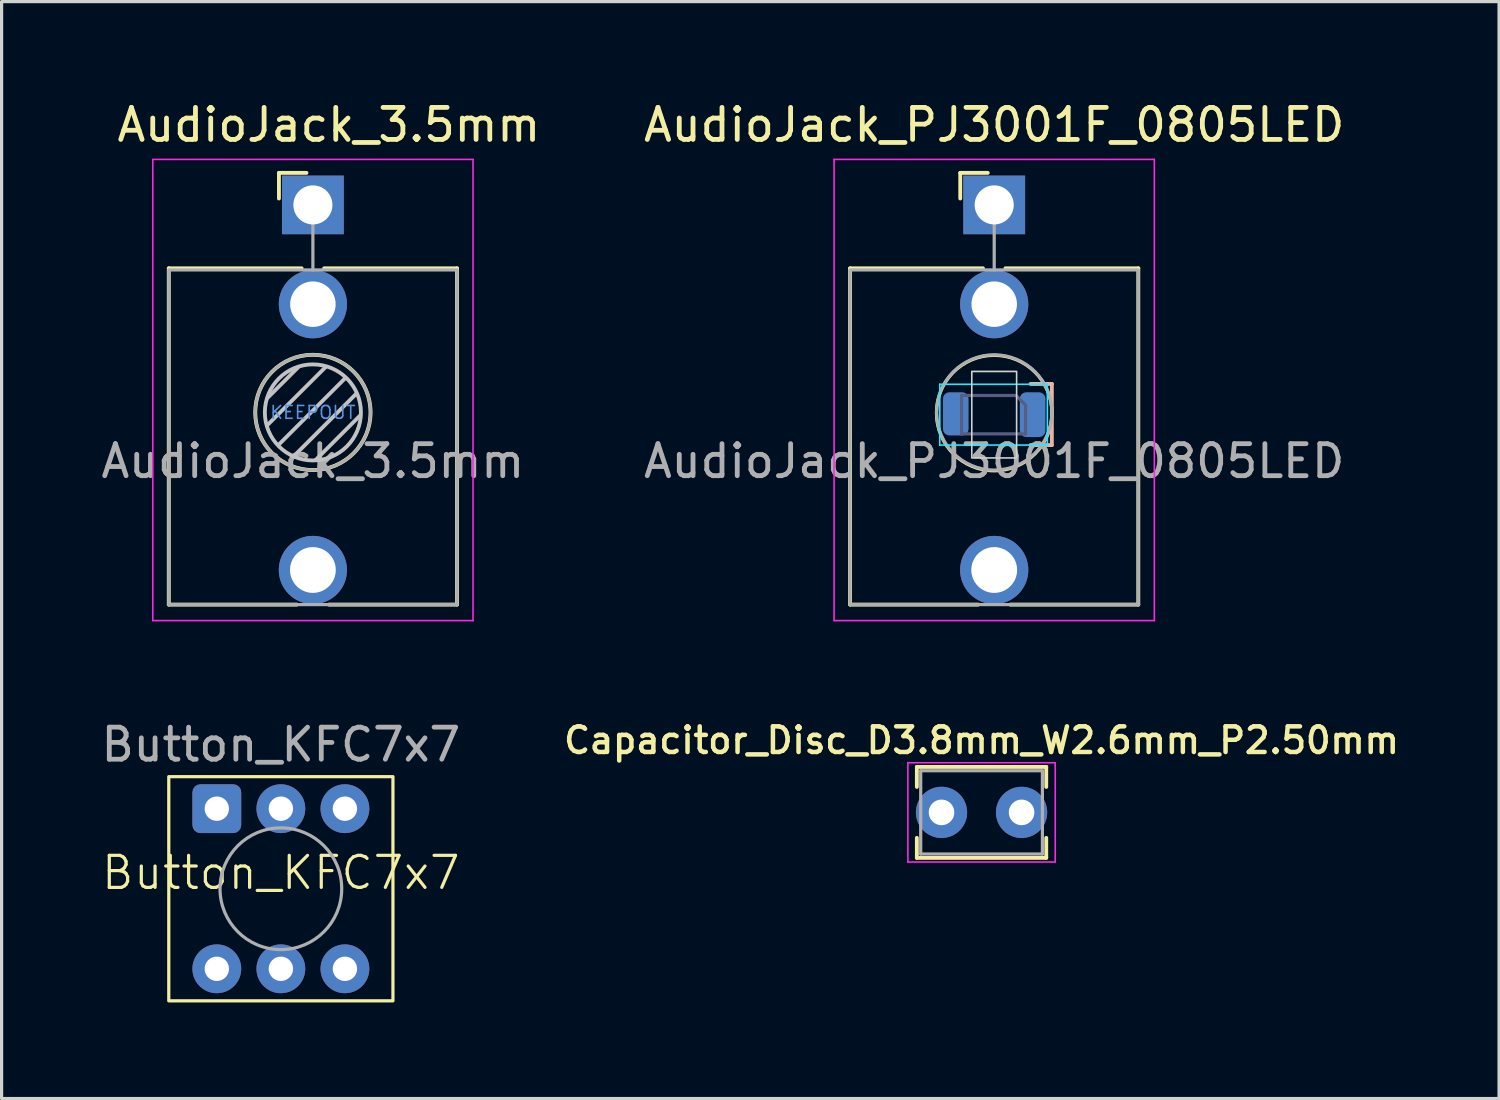
<source format=kicad_pcb>
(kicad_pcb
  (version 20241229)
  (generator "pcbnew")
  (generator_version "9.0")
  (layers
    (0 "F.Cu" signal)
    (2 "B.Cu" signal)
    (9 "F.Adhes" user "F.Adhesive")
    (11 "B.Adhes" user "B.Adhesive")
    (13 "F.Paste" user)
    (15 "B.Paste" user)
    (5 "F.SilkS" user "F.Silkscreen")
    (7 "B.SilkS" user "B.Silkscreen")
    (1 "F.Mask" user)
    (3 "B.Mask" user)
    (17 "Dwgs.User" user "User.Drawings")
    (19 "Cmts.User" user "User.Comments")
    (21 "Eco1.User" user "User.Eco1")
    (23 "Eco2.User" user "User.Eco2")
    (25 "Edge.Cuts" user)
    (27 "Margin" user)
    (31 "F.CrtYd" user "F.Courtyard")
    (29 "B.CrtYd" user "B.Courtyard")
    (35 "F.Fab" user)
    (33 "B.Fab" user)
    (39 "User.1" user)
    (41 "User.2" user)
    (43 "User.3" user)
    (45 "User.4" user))
  (footprint "Button_KFC7x7"
    (layer "F.Cu")
    (at 5.72 24.701)
    (property "Reference" "Button_KFC7x7" (at 0 -0.5 0) (unlocked yes) (layer "F.SilkS") (effects (font (size 1 1) (thickness 0.1))))
    (attr through_hole)
    (fp_rect (start -3.5 -3.5) (end 3.5 3.5) (stroke (width 0.1) (type default)) (fill no) (layer "F.SilkS"))
    (fp_circle (center 0 0) (end 1.9 0) (stroke (width 0.1) (type default)) (fill no) (layer "F.Fab"))
    (fp_text user "${REFERENCE}" (at 0 -4.5 0) (unlocked yes) (layer "F.Fab") (effects (font (size 1 1) (thickness 0.15))))
    (pad "1" thru_hole roundrect (at -2 -2.5) (size 1.524 1.524) (drill 0.762) (layers "*.Cu" "*.Mask") (roundrect_rratio 0.164))
    (pad "2" thru_hole circle (at 0 -2.5) (size 1.524 1.524) (drill 0.762) (layers "*.Cu" "*.Mask"))
    (pad "3" thru_hole circle (at 2 -2.5) (size 1.524 1.524) (drill 0.762) (layers "*.Cu" "*.Mask"))
    (pad "4" thru_hole circle (at 2 2.5) (size 1.524 1.524) (drill 0.762) (layers "*.Cu" "*.Mask"))
    (pad "5" thru_hole circle (at 0 2.5) (size 1.524 1.524) (drill 0.762) (layers "*.Cu" "*.Mask"))
    (pad "6" thru_hole circle (at -2 2.5) (size 1.524 1.524) (drill 0.762) (layers "*.Cu" "*.Mask")))
  (footprint "AudioJack_3.5mm"
    (layer "F.Cu")
    (at 6.72 3.348)
    (property "Reference" "AudioJack_3.5mm" (at 0.5 -2.5 0) (layer "F.SilkS") (effects (font (size 1 1) (thickness 0.15))))
    (attr through_hole)
    (fp_line (start -4.5 1.98) (end -4.5 12.48) (stroke (width 0.12) (type solid)) (layer "F.SilkS"))
    (fp_line (start -1.06 -1) (end -1.06 -0.2) (stroke (width 0.12) (type solid)) (layer "F.SilkS"))
    (fp_line (start -1.06 -1) (end -0.2 -1) (stroke (width 0.12) (type solid)) (layer "F.SilkS"))
    (fp_line (start -0.5 12.48) (end -4.5 12.48) (stroke (width 0.12) (type solid)) (layer "F.SilkS"))
    (fp_line (start -0.35 1.98) (end -4.5 1.98) (stroke (width 0.12) (type solid)) (layer "F.SilkS"))
    (fp_line (start 4.5 1.98) (end 0.35 1.98) (stroke (width 0.12) (type solid)) (layer "F.SilkS"))
    (fp_line (start 4.5 1.98) (end 4.5 12.48) (stroke (width 0.12) (type solid)) (layer "F.SilkS"))
    (fp_line (start 4.5 12.48) (end 0.5 12.48) (stroke (width 0.12) (type solid)) (layer "F.SilkS"))
    (fp_circle (center 0 6.48) (end 1.8 6.48) (stroke (width 0.12) (type solid)) (fill no) (layer "F.SilkS"))
    (fp_line (start -1.42 6.875) (end 0.4 5.06) (stroke (width 0.12) (type solid)) (layer "Dwgs.User"))
    (fp_line (start -1.41 6.02) (end -0.46 5.07) (stroke (width 0.12) (type solid)) (layer "Dwgs.User"))
    (fp_line (start -1.07 7.49) (end 1.01 5.41) (stroke (width 0.12) (type solid)) (layer "Dwgs.User"))
    (fp_line (start -0.58 7.83) (end 1.36 5.89) (stroke (width 0.12) (type solid)) (layer "Dwgs.User"))
    (fp_line (start 0.09 7.96) (end 1.48 6.57) (stroke (width 0.12) (type solid)) (layer "Dwgs.User"))
    (fp_circle (center 0 6.48) (end 1.5 6.48) (stroke (width 0.12) (type solid)) (fill no) (layer "Dwgs.User"))
    (fp_line (start -5 12.98) (end -5 -1.42) (stroke (width 0.05) (type solid)) (layer "F.CrtYd"))
    (fp_line (start 5 -1.42) (end -5 -1.42) (stroke (width 0.05) (type solid)) (layer "F.CrtYd"))
    (fp_line (start 5 12.98) (end -5 12.98) (stroke (width 0.05) (type solid)) (layer "F.CrtYd"))
    (fp_line (start 5 12.98) (end 5 -1.42) (stroke (width 0.05) (type solid)) (layer "F.CrtYd"))
    (fp_line (start -4.5 12.48) (end -4.5 2.08) (stroke (width 0.1) (type solid)) (layer "F.Fab"))
    (fp_line (start 0 0) (end 0 2.03) (stroke (width 0.1) (type solid)) (layer "F.Fab"))
    (fp_line (start 4.5 2.03) (end -4.5 2.03) (stroke (width 0.1) (type solid)) (layer "F.Fab"))
    (fp_line (start 4.5 12.48) (end -4.5 12.48) (stroke (width 0.1) (type solid)) (layer "F.Fab"))
    (fp_line (start 4.5 12.48) (end 4.5 2.08) (stroke (width 0.1) (type solid)) (layer "F.Fab"))
    (fp_circle (center 0 6.48) (end 1.8 6.48) (stroke (width 0.1) (type solid)) (fill no) (layer "F.Fab"))
    (fp_text user "KEEPOUT" (at 0 6.48 0) (layer "Cmts.User") (effects (font (size 0.4 0.4) (thickness 0.051))))
    (fp_text user "${REFERENCE}" (at 0 8 180) (layer "F.Fab") (effects (font (size 1 1) (thickness 0.15))))
    (pad "S" thru_hole rect (at 0 0 180) (size 1.93 1.83) (drill 1.22) (layers "*.Cu" "*.Mask"))
    (pad "T" thru_hole circle (at 0 11.4 180) (size 2.13 2.13) (drill 1.43) (layers "*.Cu" "*.Mask"))
    (pad "TN" thru_hole circle (at 0 3.1 180) (size 2.13 2.13) (drill 1.42) (layers "*.Cu" "*.Mask")))
  (footprint "AudioJack_PJ3001F_0805LED"
    (layer "F.Cu")
    (at 27.994 3.348)
    (property "Reference" "AudioJack_PJ3001F_0805LED" (at 0 -2.5 0) (layer "F.SilkS") (effects (font (size 1 1) (thickness 0.15))))
    (attr through_hole)
    (fp_line (start -4.5 1.98) (end -4.5 12.48) (stroke (width 0.12) (type solid)) (layer "F.SilkS"))
    (fp_line (start -1.06 -1) (end -1.06 -0.2) (stroke (width 0.12) (type solid)) (layer "F.SilkS"))
    (fp_line (start -1.06 -1) (end -0.2 -1) (stroke (width 0.12) (type solid)) (layer "F.SilkS"))
    (fp_line (start -0.5 12.48) (end -4.5 12.48) (stroke (width 0.12) (type solid)) (layer "F.SilkS"))
    (fp_line (start -0.35 1.98) (end -4.5 1.98) (stroke (width 0.12) (type solid)) (layer "F.SilkS"))
    (fp_line (start 4.5 1.98) (end 0.35 1.98) (stroke (width 0.12) (type solid)) (layer "F.SilkS"))
    (fp_line (start 4.5 1.98) (end 4.5 12.48) (stroke (width 0.12) (type solid)) (layer "F.SilkS"))
    (fp_line (start 4.5 12.48) (end 0.5 12.48) (stroke (width 0.12) (type solid)) (layer "F.SilkS"))
    (fp_circle (center 0 6.5) (end 1.8 6.4) (stroke (width 0.1) (type default)) (fill no) (layer "F.SilkS"))
    (fp_line (start 1.135 5.59) (end 1.8 5.59) (stroke (width 0.12) (type solid)) (layer "B.SilkS"))
    (fp_line (start 1.8 5.59) (end 1.8 7.5) (stroke (width 0.12) (type solid)) (layer "B.SilkS"))
    (fp_line (start 1.8 7.5) (end 1.135 7.5) (stroke (width 0.12) (type solid)) (layer "B.SilkS"))
    (fp_rect (start -0.7 5.2) (end 0.7 7.9) (stroke (width 0.05) (type default)) (fill no) (layer "Edge.Cuts"))
    (fp_line (start -1.7 5.6) (end -1.7 7.5) (stroke (width 0.05) (type solid)) (layer "B.CrtYd"))
    (fp_line (start -1.7 7.5) (end 1.66 7.5) (stroke (width 0.05) (type solid)) (layer "B.CrtYd"))
    (fp_line (start 1.66 5.6) (end -1.7 5.6) (stroke (width 0.05) (type solid)) (layer "B.CrtYd"))
    (fp_line (start 1.66 7.5) (end 1.66 5.6) (stroke (width 0.05) (type solid)) (layer "B.CrtYd"))
    (fp_line (start -5 12.98) (end -5 -1.42) (stroke (width 0.05) (type solid)) (layer "F.CrtYd"))
    (fp_line (start 5 -1.42) (end -5 -1.42) (stroke (width 0.05) (type solid)) (layer "F.CrtYd"))
    (fp_line (start 5 12.98) (end -5 12.98) (stroke (width 0.05) (type solid)) (layer "F.CrtYd"))
    (fp_line (start 5 12.98) (end 5 -1.42) (stroke (width 0.05) (type solid)) (layer "F.CrtYd"))
    (fp_line (start -1.02 5.95) (end 0.68 5.95) (stroke (width 0.1) (type solid)) (layer "B.Fab"))
    (fp_line (start -1.02 7.15) (end -1.02 5.95) (stroke (width 0.1) (type solid)) (layer "B.Fab"))
    (fp_line (start 0.68 5.95) (end 0.98 6.25) (stroke (width 0.1) (type solid)) (layer "B.Fab"))
    (fp_line (start 0.98 6.25) (end 0.98 7.15) (stroke (width 0.1) (type solid)) (layer "B.Fab"))
    (fp_line (start 0.98 7.15) (end -1.02 7.15) (stroke (width 0.1) (type solid)) (layer "B.Fab"))
    (fp_line (start -4.5 12.48) (end -4.5 2.08) (stroke (width 0.1) (type solid)) (layer "F.Fab"))
    (fp_line (start 0 0) (end 0 2.03) (stroke (width 0.1) (type solid)) (layer "F.Fab"))
    (fp_line (start 4.5 2.03) (end -4.5 2.03) (stroke (width 0.1) (type solid)) (layer "F.Fab"))
    (fp_line (start 4.5 12.48) (end -4.5 12.48) (stroke (width 0.1) (type solid)) (layer "F.Fab"))
    (fp_line (start 4.5 12.48) (end 4.5 2.08) (stroke (width 0.1) (type solid)) (layer "F.Fab"))
    (fp_circle (center 0 6.48) (end 1.8 6.48) (stroke (width 0.1) (type solid)) (fill no) (layer "F.Fab"))
    (fp_text user "${REFERENCE}" (at 0 8 180) (layer "F.Fab") (effects (font (size 1 1) (thickness 0.15))))
    (dimension (type aligned) (layer "User.1") (pts (xy 27.194 9.198) (xy 28.794 9.198)) (height -0.75) (format (prefix "") (suffix "") (units 3) (units_format 1) (precision 4)) (style (thickness 0.1) (arrow_length 1.27) (text_position_mode 0) (arrow_direction outward) (extension_height 0.586) (extension_offset 0.5) (keep_text_aligned yes)) (gr_text "1.6000 mm" (at 27.994 7.298 0) (layer "User.1") (effects (font (size 1 1) (thickness 0.15)))))
    (pad "1" smd roundrect (at 1.2 6.55) (size 0.8 1.4) (layers "B.Cu" "B.Mask" "B.Paste") (roundrect_rratio 0.25))
    (pad "2" smd roundrect (at -1.2 6.525) (size 0.8 1.35) (layers "B.Cu" "B.Mask" "B.Paste") (roundrect_rratio 0.25))
    (pad "S" thru_hole rect (at 0 0 180) (size 1.93 1.83) (drill 1.22) (layers "*.Cu" "*.Mask"))
    (pad "T" thru_hole circle (at 0 11.4 180) (size 2.13 2.13) (drill 1.43) (layers "*.Cu" "*.Mask"))
    (pad "TN" thru_hole circle (at 0 3.1 180) (size 2.13 2.13) (drill 1.42) (layers "*.Cu" "*.Mask")))
  (footprint "Capacitor_Disc_D3.8mm_W2.6mm_P2.50mm"
    (layer "F.Cu")
    (at 26.349 22.317)
    (property "Reference" "Capacitor_Disc_D3.8mm_W2.6mm_P2.50mm" (at 1.25 -2.25 0) (layer "F.SilkS") (effects (font (size 0.8 0.8) (thickness 0.14))))
    (attr through_hole)
    (fp_line (start -0.77 -1.42) (end -0.77 -0.795) (stroke (width 0.12) (type solid)) (layer "F.SilkS"))
    (fp_line (start -0.77 -1.42) (end 3.27 -1.42) (stroke (width 0.12) (type solid)) (layer "F.SilkS"))
    (fp_line (start -0.77 0.795) (end -0.77 1.42) (stroke (width 0.12) (type solid)) (layer "F.SilkS"))
    (fp_line (start -0.77 1.42) (end 3.27 1.42) (stroke (width 0.12) (type solid)) (layer "F.SilkS"))
    (fp_line (start 3.27 -1.42) (end 3.27 -0.795) (stroke (width 0.12) (type solid)) (layer "F.SilkS"))
    (fp_line (start 3.27 0.795) (end 3.27 1.42) (stroke (width 0.12) (type solid)) (layer "F.SilkS"))
    (fp_line (start -1.05 -1.55) (end -1.05 1.55) (stroke (width 0.05) (type solid)) (layer "F.CrtYd"))
    (fp_line (start -1.05 1.55) (end 3.55 1.55) (stroke (width 0.05) (type solid)) (layer "F.CrtYd"))
    (fp_line (start 3.55 -1.55) (end -1.05 -1.55) (stroke (width 0.05) (type solid)) (layer "F.CrtYd"))
    (fp_line (start 3.55 1.55) (end 3.55 -1.55) (stroke (width 0.05) (type solid)) (layer "F.CrtYd"))
    (fp_line (start -0.65 -1.3) (end -0.65 1.3) (stroke (width 0.1) (type solid)) (layer "F.Fab"))
    (fp_line (start -0.65 1.3) (end 3.15 1.3) (stroke (width 0.1) (type solid)) (layer "F.Fab"))
    (fp_line (start 3.15 -1.3) (end -0.65 -1.3) (stroke (width 0.1) (type solid)) (layer "F.Fab"))
    (fp_line (start 3.15 1.3) (end 3.15 -1.3) (stroke (width 0.1) (type solid)) (layer "F.Fab"))
    (pad "1" thru_hole circle (at 0 0) (size 1.6 1.6) (drill 0.8) (layers "*.Cu" "*.Mask"))
    (pad "2" thru_hole circle (at 2.5 0) (size 1.6 1.6) (drill 0.8) (layers "*.Cu" "*.Mask")))
  (gr_rect
    (start -3 -3)
    (end 43.758 31.252)
    (stroke (width 0.1) (type default))
    (fill no)
    (layer "Edge.Cuts")))
</source>
